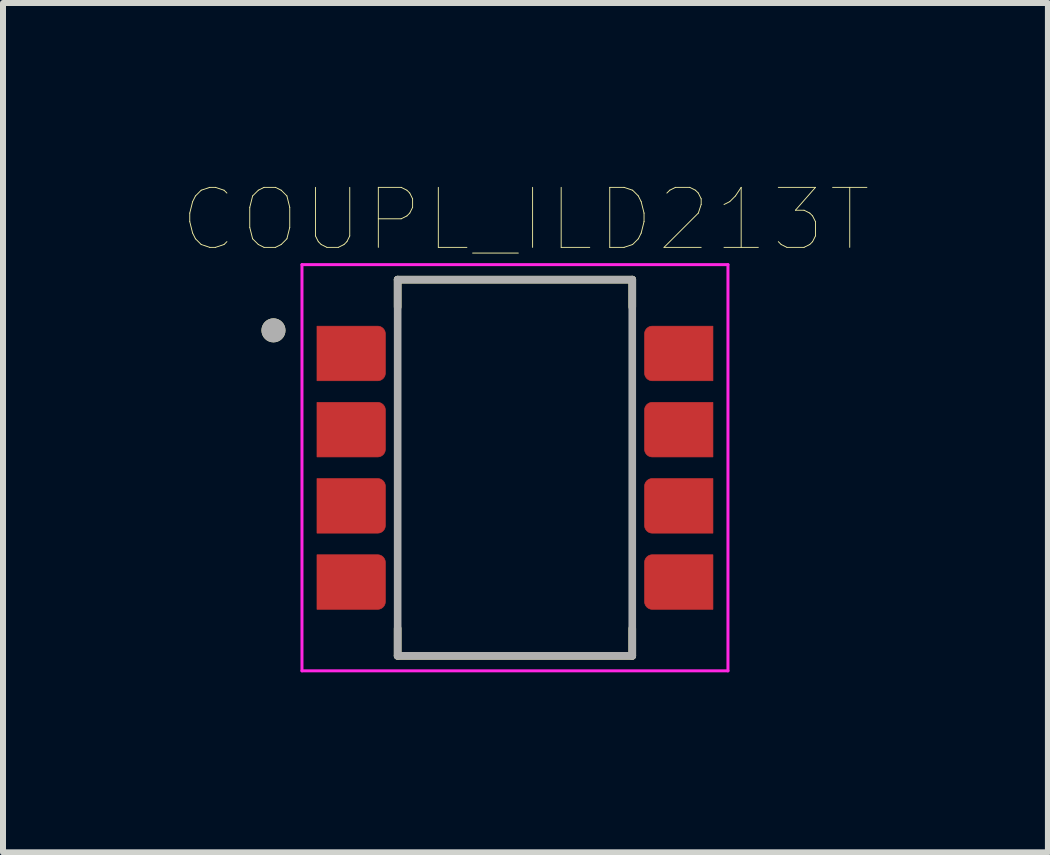
<source format=kicad_pcb>
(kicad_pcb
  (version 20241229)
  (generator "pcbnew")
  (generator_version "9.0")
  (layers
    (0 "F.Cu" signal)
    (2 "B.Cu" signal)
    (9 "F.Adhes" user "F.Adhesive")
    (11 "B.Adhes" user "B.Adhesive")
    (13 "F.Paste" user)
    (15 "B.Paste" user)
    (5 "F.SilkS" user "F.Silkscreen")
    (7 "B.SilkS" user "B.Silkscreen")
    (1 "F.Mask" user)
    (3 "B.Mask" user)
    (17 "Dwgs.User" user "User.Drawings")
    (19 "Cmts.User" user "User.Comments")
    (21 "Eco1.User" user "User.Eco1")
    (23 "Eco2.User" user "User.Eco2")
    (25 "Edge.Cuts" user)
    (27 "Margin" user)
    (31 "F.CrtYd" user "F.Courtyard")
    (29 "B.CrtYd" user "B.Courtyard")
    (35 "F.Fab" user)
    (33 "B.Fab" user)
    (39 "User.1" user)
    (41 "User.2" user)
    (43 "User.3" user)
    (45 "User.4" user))
  (footprint "COUPL_ILD213T"
    (layer "F.Cu")
    (at 5.533 4.746)
    (property "Reference" "COUPL_ILD213T" (at 0.175 -4.135 0) (layer "F.SilkS") (effects (font (size 1 1) (thickness 0.015))))
    (attr through_hole)
    (fp_poly (pts (xy -3.3 -2.36) (xy -2.29 -2.36) (xy -2.283 -2.36) (xy -2.276 -2.359) (xy -2.27 -2.358) (xy -2.263 -2.357) (xy -2.256 -2.356) (xy -2.25 -2.354) (xy -2.243 -2.351) (xy -2.237 -2.349) (xy -2.231 -2.346) (xy -2.225 -2.343) (xy -2.219 -2.339) (xy -2.214 -2.335) (xy -2.208 -2.331) (xy -2.203 -2.327) (xy -2.198 -2.322) (xy -2.193 -2.317) (xy -2.189 -2.312) (xy -2.185 -2.306) (xy -2.181 -2.301) (xy -2.177 -2.295) (xy -2.174 -2.289) (xy -2.171 -2.283) (xy -2.169 -2.277) (xy -2.166 -2.27) (xy -2.164 -2.264) (xy -2.163 -2.257) (xy -2.162 -2.25) (xy -2.161 -2.244) (xy -2.16 -2.237) (xy -2.16 -2.23) (xy -2.16 -1.58) (xy -2.16 -1.573) (xy -2.161 -1.566) (xy -2.162 -1.56) (xy -2.163 -1.553) (xy -2.164 -1.546) (xy -2.166 -1.54) (xy -2.169 -1.533) (xy -2.171 -1.527) (xy -2.174 -1.521) (xy -2.177 -1.515) (xy -2.181 -1.509) (xy -2.185 -1.504) (xy -2.189 -1.498) (xy -2.193 -1.493) (xy -2.198 -1.488) (xy -2.203 -1.483) (xy -2.208 -1.479) (xy -2.214 -1.475) (xy -2.219 -1.471) (xy -2.225 -1.467) (xy -2.231 -1.464) (xy -2.237 -1.461) (xy -2.243 -1.459) (xy -2.25 -1.456) (xy -2.256 -1.454) (xy -2.263 -1.453) (xy -2.27 -1.452) (xy -2.276 -1.451) (xy -2.283 -1.45) (xy -2.29 -1.45) (xy -3.3 -1.45) (xy -3.3 -2.36)) (stroke (width 0.01) (type solid)) (fill yes) (layer "F.Cu"))
    (fp_poly (pts (xy -3.3 -1.09) (xy -2.29 -1.09) (xy -2.283 -1.09) (xy -2.276 -1.089) (xy -2.27 -1.088) (xy -2.263 -1.087) (xy -2.256 -1.086) (xy -2.25 -1.084) (xy -2.243 -1.081) (xy -2.237 -1.079) (xy -2.231 -1.076) (xy -2.225 -1.073) (xy -2.219 -1.069) (xy -2.214 -1.065) (xy -2.208 -1.061) (xy -2.203 -1.057) (xy -2.198 -1.052) (xy -2.193 -1.047) (xy -2.189 -1.042) (xy -2.185 -1.036) (xy -2.181 -1.031) (xy -2.177 -1.025) (xy -2.174 -1.019) (xy -2.171 -1.013) (xy -2.169 -1.007) (xy -2.166 -1) (xy -2.164 -0.994) (xy -2.163 -0.987) (xy -2.162 -0.98) (xy -2.161 -0.974) (xy -2.16 -0.967) (xy -2.16 -0.96) (xy -2.16 -0.31) (xy -2.16 -0.303) (xy -2.161 -0.296) (xy -2.162 -0.29) (xy -2.163 -0.283) (xy -2.164 -0.276) (xy -2.166 -0.27) (xy -2.169 -0.263) (xy -2.171 -0.257) (xy -2.174 -0.251) (xy -2.177 -0.245) (xy -2.181 -0.239) (xy -2.185 -0.234) (xy -2.189 -0.228) (xy -2.193 -0.223) (xy -2.198 -0.218) (xy -2.203 -0.213) (xy -2.208 -0.209) (xy -2.214 -0.205) (xy -2.219 -0.201) (xy -2.225 -0.197) (xy -2.231 -0.194) (xy -2.237 -0.191) (xy -2.243 -0.189) (xy -2.25 -0.186) (xy -2.256 -0.184) (xy -2.263 -0.183) (xy -2.27 -0.182) (xy -2.276 -0.181) (xy -2.283 -0.18) (xy -2.29 -0.18) (xy -3.3 -0.18) (xy -3.3 -1.09)) (stroke (width 0.01) (type solid)) (fill yes) (layer "F.Cu"))
    (fp_poly (pts (xy -3.3 0.18) (xy -2.29 0.18) (xy -2.283 0.18) (xy -2.276 0.181) (xy -2.27 0.182) (xy -2.263 0.183) (xy -2.256 0.184) (xy -2.25 0.186) (xy -2.243 0.189) (xy -2.237 0.191) (xy -2.231 0.194) (xy -2.225 0.197) (xy -2.219 0.201) (xy -2.214 0.205) (xy -2.208 0.209) (xy -2.203 0.213) (xy -2.198 0.218) (xy -2.193 0.223) (xy -2.189 0.228) (xy -2.185 0.234) (xy -2.181 0.239) (xy -2.177 0.245) (xy -2.174 0.251) (xy -2.171 0.257) (xy -2.169 0.263) (xy -2.166 0.27) (xy -2.164 0.276) (xy -2.163 0.283) (xy -2.162 0.29) (xy -2.161 0.296) (xy -2.16 0.303) (xy -2.16 0.31) (xy -2.16 0.96) (xy -2.16 0.967) (xy -2.161 0.974) (xy -2.162 0.98) (xy -2.163 0.987) (xy -2.164 0.994) (xy -2.166 1) (xy -2.169 1.007) (xy -2.171 1.013) (xy -2.174 1.019) (xy -2.177 1.025) (xy -2.181 1.031) (xy -2.185 1.036) (xy -2.189 1.042) (xy -2.193 1.047) (xy -2.198 1.052) (xy -2.203 1.057) (xy -2.208 1.061) (xy -2.214 1.065) (xy -2.219 1.069) (xy -2.225 1.073) (xy -2.231 1.076) (xy -2.237 1.079) (xy -2.243 1.081) (xy -2.25 1.084) (xy -2.256 1.086) (xy -2.263 1.087) (xy -2.27 1.088) (xy -2.276 1.089) (xy -2.283 1.09) (xy -2.29 1.09) (xy -3.3 1.09) (xy -3.3 0.18)) (stroke (width 0.01) (type solid)) (fill yes) (layer "F.Cu"))
    (fp_poly (pts (xy -3.3 1.45) (xy -2.29 1.45) (xy -2.283 1.45) (xy -2.276 1.451) (xy -2.27 1.452) (xy -2.263 1.453) (xy -2.256 1.454) (xy -2.25 1.456) (xy -2.243 1.459) (xy -2.237 1.461) (xy -2.231 1.464) (xy -2.225 1.467) (xy -2.219 1.471) (xy -2.214 1.475) (xy -2.208 1.479) (xy -2.203 1.483) (xy -2.198 1.488) (xy -2.193 1.493) (xy -2.189 1.498) (xy -2.185 1.504) (xy -2.181 1.509) (xy -2.177 1.515) (xy -2.174 1.521) (xy -2.171 1.527) (xy -2.169 1.533) (xy -2.166 1.54) (xy -2.164 1.546) (xy -2.163 1.553) (xy -2.162 1.56) (xy -2.161 1.566) (xy -2.16 1.573) (xy -2.16 1.58) (xy -2.16 2.23) (xy -2.16 2.237) (xy -2.161 2.244) (xy -2.162 2.25) (xy -2.163 2.257) (xy -2.164 2.264) (xy -2.166 2.27) (xy -2.169 2.277) (xy -2.171 2.283) (xy -2.174 2.289) (xy -2.177 2.295) (xy -2.181 2.301) (xy -2.185 2.306) (xy -2.189 2.312) (xy -2.193 2.317) (xy -2.198 2.322) (xy -2.203 2.327) (xy -2.208 2.331) (xy -2.214 2.335) (xy -2.219 2.339) (xy -2.225 2.343) (xy -2.231 2.346) (xy -2.237 2.349) (xy -2.243 2.351) (xy -2.25 2.354) (xy -2.256 2.356) (xy -2.263 2.357) (xy -2.27 2.358) (xy -2.276 2.359) (xy -2.283 2.36) (xy -2.29 2.36) (xy -3.3 2.36) (xy -3.3 1.45)) (stroke (width 0.01) (type solid)) (fill yes) (layer "F.Cu"))
    (fp_poly (pts (xy 3.3 -1.45) (xy 2.29 -1.45) (xy 2.283 -1.45) (xy 2.276 -1.451) (xy 2.27 -1.452) (xy 2.263 -1.453) (xy 2.256 -1.454) (xy 2.25 -1.456) (xy 2.243 -1.459) (xy 2.237 -1.461) (xy 2.231 -1.464) (xy 2.225 -1.467) (xy 2.219 -1.471) (xy 2.214 -1.475) (xy 2.208 -1.479) (xy 2.203 -1.483) (xy 2.198 -1.488) (xy 2.193 -1.493) (xy 2.189 -1.498) (xy 2.185 -1.504) (xy 2.181 -1.509) (xy 2.177 -1.515) (xy 2.174 -1.521) (xy 2.171 -1.527) (xy 2.169 -1.533) (xy 2.166 -1.54) (xy 2.164 -1.546) (xy 2.163 -1.553) (xy 2.162 -1.56) (xy 2.161 -1.566) (xy 2.16 -1.573) (xy 2.16 -1.58) (xy 2.16 -2.23) (xy 2.16 -2.237) (xy 2.161 -2.244) (xy 2.162 -2.25) (xy 2.163 -2.257) (xy 2.164 -2.264) (xy 2.166 -2.27) (xy 2.169 -2.277) (xy 2.171 -2.283) (xy 2.174 -2.289) (xy 2.177 -2.295) (xy 2.181 -2.301) (xy 2.185 -2.306) (xy 2.189 -2.312) (xy 2.193 -2.317) (xy 2.198 -2.322) (xy 2.203 -2.327) (xy 2.208 -2.331) (xy 2.214 -2.335) (xy 2.219 -2.339) (xy 2.225 -2.343) (xy 2.231 -2.346) (xy 2.237 -2.349) (xy 2.243 -2.351) (xy 2.25 -2.354) (xy 2.256 -2.356) (xy 2.263 -2.357) (xy 2.27 -2.358) (xy 2.276 -2.359) (xy 2.283 -2.36) (xy 2.29 -2.36) (xy 3.3 -2.36) (xy 3.3 -1.45)) (stroke (width 0.01) (type solid)) (fill yes) (layer "F.Cu"))
    (fp_poly (pts (xy 3.3 -0.18) (xy 2.29 -0.18) (xy 2.283 -0.18) (xy 2.276 -0.181) (xy 2.27 -0.182) (xy 2.263 -0.183) (xy 2.256 -0.184) (xy 2.25 -0.186) (xy 2.243 -0.189) (xy 2.237 -0.191) (xy 2.231 -0.194) (xy 2.225 -0.197) (xy 2.219 -0.201) (xy 2.214 -0.205) (xy 2.208 -0.209) (xy 2.203 -0.213) (xy 2.198 -0.218) (xy 2.193 -0.223) (xy 2.189 -0.228) (xy 2.185 -0.234) (xy 2.181 -0.239) (xy 2.177 -0.245) (xy 2.174 -0.251) (xy 2.171 -0.257) (xy 2.169 -0.263) (xy 2.166 -0.27) (xy 2.164 -0.276) (xy 2.163 -0.283) (xy 2.162 -0.29) (xy 2.161 -0.296) (xy 2.16 -0.303) (xy 2.16 -0.31) (xy 2.16 -0.96) (xy 2.16 -0.967) (xy 2.161 -0.974) (xy 2.162 -0.98) (xy 2.163 -0.987) (xy 2.164 -0.994) (xy 2.166 -1) (xy 2.169 -1.007) (xy 2.171 -1.013) (xy 2.174 -1.019) (xy 2.177 -1.025) (xy 2.181 -1.031) (xy 2.185 -1.036) (xy 2.189 -1.042) (xy 2.193 -1.047) (xy 2.198 -1.052) (xy 2.203 -1.057) (xy 2.208 -1.061) (xy 2.214 -1.065) (xy 2.219 -1.069) (xy 2.225 -1.073) (xy 2.231 -1.076) (xy 2.237 -1.079) (xy 2.243 -1.081) (xy 2.25 -1.084) (xy 2.256 -1.086) (xy 2.263 -1.087) (xy 2.27 -1.088) (xy 2.276 -1.089) (xy 2.283 -1.09) (xy 2.29 -1.09) (xy 3.3 -1.09) (xy 3.3 -0.18)) (stroke (width 0.01) (type solid)) (fill yes) (layer "F.Cu"))
    (fp_poly (pts (xy 3.3 1.09) (xy 2.29 1.09) (xy 2.283 1.09) (xy 2.276 1.089) (xy 2.27 1.088) (xy 2.263 1.087) (xy 2.256 1.086) (xy 2.25 1.084) (xy 2.243 1.081) (xy 2.237 1.079) (xy 2.231 1.076) (xy 2.225 1.073) (xy 2.219 1.069) (xy 2.214 1.065) (xy 2.208 1.061) (xy 2.203 1.057) (xy 2.198 1.052) (xy 2.193 1.047) (xy 2.189 1.042) (xy 2.185 1.036) (xy 2.181 1.031) (xy 2.177 1.025) (xy 2.174 1.019) (xy 2.171 1.013) (xy 2.169 1.007) (xy 2.166 1) (xy 2.164 0.994) (xy 2.163 0.987) (xy 2.162 0.98) (xy 2.161 0.974) (xy 2.16 0.967) (xy 2.16 0.96) (xy 2.16 0.31) (xy 2.16 0.303) (xy 2.161 0.296) (xy 2.162 0.29) (xy 2.163 0.283) (xy 2.164 0.276) (xy 2.166 0.27) (xy 2.169 0.263) (xy 2.171 0.257) (xy 2.174 0.251) (xy 2.177 0.245) (xy 2.181 0.239) (xy 2.185 0.234) (xy 2.189 0.228) (xy 2.193 0.223) (xy 2.198 0.218) (xy 2.203 0.213) (xy 2.208 0.209) (xy 2.214 0.205) (xy 2.219 0.201) (xy 2.225 0.197) (xy 2.231 0.194) (xy 2.237 0.191) (xy 2.243 0.189) (xy 2.25 0.186) (xy 2.256 0.184) (xy 2.263 0.183) (xy 2.27 0.182) (xy 2.276 0.181) (xy 2.283 0.18) (xy 2.29 0.18) (xy 3.3 0.18) (xy 3.3 1.09)) (stroke (width 0.01) (type solid)) (fill yes) (layer "F.Cu"))
    (fp_poly (pts (xy 3.3 2.36) (xy 2.29 2.36) (xy 2.283 2.36) (xy 2.276 2.359) (xy 2.27 2.358) (xy 2.263 2.357) (xy 2.256 2.356) (xy 2.25 2.354) (xy 2.243 2.351) (xy 2.237 2.349) (xy 2.231 2.346) (xy 2.225 2.343) (xy 2.219 2.339) (xy 2.214 2.335) (xy 2.208 2.331) (xy 2.203 2.327) (xy 2.198 2.322) (xy 2.193 2.317) (xy 2.189 2.312) (xy 2.185 2.306) (xy 2.181 2.301) (xy 2.177 2.295) (xy 2.174 2.289) (xy 2.171 2.283) (xy 2.169 2.277) (xy 2.166 2.27) (xy 2.164 2.264) (xy 2.163 2.257) (xy 2.162 2.25) (xy 2.161 2.244) (xy 2.16 2.237) (xy 2.16 2.23) (xy 2.16 1.58) (xy 2.16 1.573) (xy 2.161 1.566) (xy 2.162 1.56) (xy 2.163 1.553) (xy 2.164 1.546) (xy 2.166 1.54) (xy 2.169 1.533) (xy 2.171 1.527) (xy 2.174 1.521) (xy 2.177 1.515) (xy 2.181 1.509) (xy 2.185 1.504) (xy 2.189 1.498) (xy 2.193 1.493) (xy 2.198 1.488) (xy 2.203 1.483) (xy 2.208 1.479) (xy 2.214 1.475) (xy 2.219 1.471) (xy 2.225 1.467) (xy 2.231 1.464) (xy 2.237 1.461) (xy 2.243 1.459) (xy 2.25 1.456) (xy 2.256 1.454) (xy 2.263 1.453) (xy 2.27 1.452) (xy 2.276 1.451) (xy 2.283 1.45) (xy 2.29 1.45) (xy 3.3 1.45) (xy 3.3 2.36)) (stroke (width 0.01) (type solid)) (fill yes) (layer "F.Cu"))
    (fp_poly (pts (xy -3.4 -2.46) (xy -2.29 -2.46) (xy -2.278 -2.46) (xy -2.266 -2.459) (xy -2.254 -2.457) (xy -2.242 -2.455) (xy -2.23 -2.452) (xy -2.219 -2.449) (xy -2.208 -2.445) (xy -2.196 -2.44) (xy -2.186 -2.435) (xy -2.175 -2.429) (xy -2.165 -2.423) (xy -2.155 -2.416) (xy -2.145 -2.409) (xy -2.136 -2.401) (xy -2.127 -2.393) (xy -2.119 -2.384) (xy -2.111 -2.375) (xy -2.104 -2.365) (xy -2.097 -2.355) (xy -2.091 -2.345) (xy -2.085 -2.334) (xy -2.08 -2.324) (xy -2.075 -2.312) (xy -2.071 -2.301) (xy -2.068 -2.29) (xy -2.065 -2.278) (xy -2.063 -2.266) (xy -2.061 -2.254) (xy -2.06 -2.242) (xy -2.06 -2.23) (xy -2.06 -1.58) (xy -2.06 -1.568) (xy -2.061 -1.556) (xy -2.063 -1.544) (xy -2.065 -1.532) (xy -2.068 -1.52) (xy -2.071 -1.509) (xy -2.075 -1.498) (xy -2.08 -1.486) (xy -2.085 -1.476) (xy -2.091 -1.465) (xy -2.097 -1.455) (xy -2.104 -1.445) (xy -2.111 -1.435) (xy -2.119 -1.426) (xy -2.127 -1.417) (xy -2.136 -1.409) (xy -2.145 -1.401) (xy -2.155 -1.394) (xy -2.165 -1.387) (xy -2.175 -1.381) (xy -2.186 -1.375) (xy -2.196 -1.37) (xy -2.208 -1.365) (xy -2.219 -1.361) (xy -2.23 -1.358) (xy -2.242 -1.355) (xy -2.254 -1.353) (xy -2.266 -1.351) (xy -2.278 -1.35) (xy -2.29 -1.35) (xy -3.4 -1.35) (xy -3.4 -2.46)) (stroke (width 0.01) (type solid)) (fill yes) (layer "F.Mask"))
    (fp_poly (pts (xy -3.4 -1.19) (xy -2.29 -1.19) (xy -2.278 -1.19) (xy -2.266 -1.189) (xy -2.254 -1.187) (xy -2.242 -1.185) (xy -2.23 -1.182) (xy -2.219 -1.179) (xy -2.208 -1.175) (xy -2.196 -1.17) (xy -2.186 -1.165) (xy -2.175 -1.159) (xy -2.165 -1.153) (xy -2.155 -1.146) (xy -2.145 -1.139) (xy -2.136 -1.131) (xy -2.127 -1.123) (xy -2.119 -1.114) (xy -2.111 -1.105) (xy -2.104 -1.095) (xy -2.097 -1.085) (xy -2.091 -1.075) (xy -2.085 -1.064) (xy -2.08 -1.054) (xy -2.075 -1.042) (xy -2.071 -1.031) (xy -2.068 -1.02) (xy -2.065 -1.008) (xy -2.063 -0.996) (xy -2.061 -0.984) (xy -2.06 -0.972) (xy -2.06 -0.96) (xy -2.06 -0.31) (xy -2.06 -0.298) (xy -2.061 -0.286) (xy -2.063 -0.274) (xy -2.065 -0.262) (xy -2.068 -0.25) (xy -2.071 -0.239) (xy -2.075 -0.228) (xy -2.08 -0.216) (xy -2.085 -0.206) (xy -2.091 -0.195) (xy -2.097 -0.185) (xy -2.104 -0.175) (xy -2.111 -0.165) (xy -2.119 -0.156) (xy -2.127 -0.147) (xy -2.136 -0.139) (xy -2.145 -0.131) (xy -2.155 -0.124) (xy -2.165 -0.117) (xy -2.175 -0.111) (xy -2.186 -0.105) (xy -2.196 -0.1) (xy -2.208 -0.095) (xy -2.219 -0.091) (xy -2.23 -0.088) (xy -2.242 -0.085) (xy -2.254 -0.083) (xy -2.266 -0.081) (xy -2.278 -0.08) (xy -2.29 -0.08) (xy -3.4 -0.08) (xy -3.4 -1.19)) (stroke (width 0.01) (type solid)) (fill yes) (layer "F.Mask"))
    (fp_poly (pts (xy -3.4 0.08) (xy -2.29 0.08) (xy -2.278 0.08) (xy -2.266 0.081) (xy -2.254 0.083) (xy -2.242 0.085) (xy -2.23 0.088) (xy -2.219 0.091) (xy -2.208 0.095) (xy -2.196 0.1) (xy -2.186 0.105) (xy -2.175 0.111) (xy -2.165 0.117) (xy -2.155 0.124) (xy -2.145 0.131) (xy -2.136 0.139) (xy -2.127 0.147) (xy -2.119 0.156) (xy -2.111 0.165) (xy -2.104 0.175) (xy -2.097 0.185) (xy -2.091 0.195) (xy -2.085 0.206) (xy -2.08 0.216) (xy -2.075 0.228) (xy -2.071 0.239) (xy -2.068 0.25) (xy -2.065 0.262) (xy -2.063 0.274) (xy -2.061 0.286) (xy -2.06 0.298) (xy -2.06 0.31) (xy -2.06 0.96) (xy -2.06 0.972) (xy -2.061 0.984) (xy -2.063 0.996) (xy -2.065 1.008) (xy -2.068 1.02) (xy -2.071 1.031) (xy -2.075 1.042) (xy -2.08 1.054) (xy -2.085 1.064) (xy -2.091 1.075) (xy -2.097 1.085) (xy -2.104 1.095) (xy -2.111 1.105) (xy -2.119 1.114) (xy -2.127 1.123) (xy -2.136 1.131) (xy -2.145 1.139) (xy -2.155 1.146) (xy -2.165 1.153) (xy -2.175 1.159) (xy -2.186 1.165) (xy -2.196 1.17) (xy -2.208 1.175) (xy -2.219 1.179) (xy -2.23 1.182) (xy -2.242 1.185) (xy -2.254 1.187) (xy -2.266 1.189) (xy -2.278 1.19) (xy -2.29 1.19) (xy -3.4 1.19) (xy -3.4 0.08)) (stroke (width 0.01) (type solid)) (fill yes) (layer "F.Mask"))
    (fp_poly (pts (xy -3.4 1.35) (xy -2.29 1.35) (xy -2.278 1.35) (xy -2.266 1.351) (xy -2.254 1.353) (xy -2.242 1.355) (xy -2.23 1.358) (xy -2.219 1.361) (xy -2.208 1.365) (xy -2.196 1.37) (xy -2.186 1.375) (xy -2.175 1.381) (xy -2.165 1.387) (xy -2.155 1.394) (xy -2.145 1.401) (xy -2.136 1.409) (xy -2.127 1.417) (xy -2.119 1.426) (xy -2.111 1.435) (xy -2.104 1.445) (xy -2.097 1.455) (xy -2.091 1.465) (xy -2.085 1.476) (xy -2.08 1.486) (xy -2.075 1.498) (xy -2.071 1.509) (xy -2.068 1.52) (xy -2.065 1.532) (xy -2.063 1.544) (xy -2.061 1.556) (xy -2.06 1.568) (xy -2.06 1.58) (xy -2.06 2.23) (xy -2.06 2.242) (xy -2.061 2.254) (xy -2.063 2.266) (xy -2.065 2.278) (xy -2.068 2.29) (xy -2.071 2.301) (xy -2.075 2.312) (xy -2.08 2.324) (xy -2.085 2.334) (xy -2.091 2.345) (xy -2.097 2.355) (xy -2.104 2.365) (xy -2.111 2.375) (xy -2.119 2.384) (xy -2.127 2.393) (xy -2.136 2.401) (xy -2.145 2.409) (xy -2.155 2.416) (xy -2.165 2.423) (xy -2.175 2.429) (xy -2.186 2.435) (xy -2.196 2.44) (xy -2.208 2.445) (xy -2.219 2.449) (xy -2.23 2.452) (xy -2.242 2.455) (xy -2.254 2.457) (xy -2.266 2.459) (xy -2.278 2.46) (xy -2.29 2.46) (xy -3.4 2.46) (xy -3.4 1.35)) (stroke (width 0.01) (type solid)) (fill yes) (layer "F.Mask"))
    (fp_poly (pts (xy 3.4 -1.35) (xy 2.29 -1.35) (xy 2.278 -1.35) (xy 2.266 -1.351) (xy 2.254 -1.353) (xy 2.242 -1.355) (xy 2.23 -1.358) (xy 2.219 -1.361) (xy 2.208 -1.365) (xy 2.196 -1.37) (xy 2.186 -1.375) (xy 2.175 -1.381) (xy 2.165 -1.387) (xy 2.155 -1.394) (xy 2.145 -1.401) (xy 2.136 -1.409) (xy 2.127 -1.417) (xy 2.119 -1.426) (xy 2.111 -1.435) (xy 2.104 -1.445) (xy 2.097 -1.455) (xy 2.091 -1.465) (xy 2.085 -1.476) (xy 2.08 -1.486) (xy 2.075 -1.498) (xy 2.071 -1.509) (xy 2.068 -1.52) (xy 2.065 -1.532) (xy 2.063 -1.544) (xy 2.061 -1.556) (xy 2.06 -1.568) (xy 2.06 -1.58) (xy 2.06 -2.23) (xy 2.06 -2.242) (xy 2.061 -2.254) (xy 2.063 -2.266) (xy 2.065 -2.278) (xy 2.068 -2.29) (xy 2.071 -2.301) (xy 2.075 -2.312) (xy 2.08 -2.324) (xy 2.085 -2.334) (xy 2.091 -2.345) (xy 2.097 -2.355) (xy 2.104 -2.365) (xy 2.111 -2.375) (xy 2.119 -2.384) (xy 2.127 -2.393) (xy 2.136 -2.401) (xy 2.145 -2.409) (xy 2.155 -2.416) (xy 2.165 -2.423) (xy 2.175 -2.429) (xy 2.186 -2.435) (xy 2.196 -2.44) (xy 2.208 -2.445) (xy 2.219 -2.449) (xy 2.23 -2.452) (xy 2.242 -2.455) (xy 2.254 -2.457) (xy 2.266 -2.459) (xy 2.278 -2.46) (xy 2.29 -2.46) (xy 3.4 -2.46) (xy 3.4 -1.35)) (stroke (width 0.01) (type solid)) (fill yes) (layer "F.Mask"))
    (fp_poly (pts (xy 3.4 -0.08) (xy 2.29 -0.08) (xy 2.278 -0.08) (xy 2.266 -0.081) (xy 2.254 -0.083) (xy 2.242 -0.085) (xy 2.23 -0.088) (xy 2.219 -0.091) (xy 2.208 -0.095) (xy 2.196 -0.1) (xy 2.186 -0.105) (xy 2.175 -0.111) (xy 2.165 -0.117) (xy 2.155 -0.124) (xy 2.145 -0.131) (xy 2.136 -0.139) (xy 2.127 -0.147) (xy 2.119 -0.156) (xy 2.111 -0.165) (xy 2.104 -0.175) (xy 2.097 -0.185) (xy 2.091 -0.195) (xy 2.085 -0.206) (xy 2.08 -0.216) (xy 2.075 -0.228) (xy 2.071 -0.239) (xy 2.068 -0.25) (xy 2.065 -0.262) (xy 2.063 -0.274) (xy 2.061 -0.286) (xy 2.06 -0.298) (xy 2.06 -0.31) (xy 2.06 -0.96) (xy 2.06 -0.972) (xy 2.061 -0.984) (xy 2.063 -0.996) (xy 2.065 -1.008) (xy 2.068 -1.02) (xy 2.071 -1.031) (xy 2.075 -1.042) (xy 2.08 -1.054) (xy 2.085 -1.064) (xy 2.091 -1.075) (xy 2.097 -1.085) (xy 2.104 -1.095) (xy 2.111 -1.105) (xy 2.119 -1.114) (xy 2.127 -1.123) (xy 2.136 -1.131) (xy 2.145 -1.139) (xy 2.155 -1.146) (xy 2.165 -1.153) (xy 2.175 -1.159) (xy 2.186 -1.165) (xy 2.196 -1.17) (xy 2.208 -1.175) (xy 2.219 -1.179) (xy 2.23 -1.182) (xy 2.242 -1.185) (xy 2.254 -1.187) (xy 2.266 -1.189) (xy 2.278 -1.19) (xy 2.29 -1.19) (xy 3.4 -1.19) (xy 3.4 -0.08)) (stroke (width 0.01) (type solid)) (fill yes) (layer "F.Mask"))
    (fp_poly (pts (xy 3.4 1.19) (xy 2.29 1.19) (xy 2.278 1.19) (xy 2.266 1.189) (xy 2.254 1.187) (xy 2.242 1.185) (xy 2.23 1.182) (xy 2.219 1.179) (xy 2.208 1.175) (xy 2.196 1.17) (xy 2.186 1.165) (xy 2.175 1.159) (xy 2.165 1.153) (xy 2.155 1.146) (xy 2.145 1.139) (xy 2.136 1.131) (xy 2.127 1.123) (xy 2.119 1.114) (xy 2.111 1.105) (xy 2.104 1.095) (xy 2.097 1.085) (xy 2.091 1.075) (xy 2.085 1.064) (xy 2.08 1.054) (xy 2.075 1.042) (xy 2.071 1.031) (xy 2.068 1.02) (xy 2.065 1.008) (xy 2.063 0.996) (xy 2.061 0.984) (xy 2.06 0.972) (xy 2.06 0.96) (xy 2.06 0.31) (xy 2.06 0.298) (xy 2.061 0.286) (xy 2.063 0.274) (xy 2.065 0.262) (xy 2.068 0.25) (xy 2.071 0.239) (xy 2.075 0.228) (xy 2.08 0.216) (xy 2.085 0.206) (xy 2.091 0.195) (xy 2.097 0.185) (xy 2.104 0.175) (xy 2.111 0.165) (xy 2.119 0.156) (xy 2.127 0.147) (xy 2.136 0.139) (xy 2.145 0.131) (xy 2.155 0.124) (xy 2.165 0.117) (xy 2.175 0.111) (xy 2.186 0.105) (xy 2.196 0.1) (xy 2.208 0.095) (xy 2.219 0.091) (xy 2.23 0.088) (xy 2.242 0.085) (xy 2.254 0.083) (xy 2.266 0.081) (xy 2.278 0.08) (xy 2.29 0.08) (xy 3.4 0.08) (xy 3.4 1.19)) (stroke (width 0.01) (type solid)) (fill yes) (layer "F.Mask"))
    (fp_poly (pts (xy 3.4 2.46) (xy 2.29 2.46) (xy 2.278 2.46) (xy 2.266 2.459) (xy 2.254 2.457) (xy 2.242 2.455) (xy 2.23 2.452) (xy 2.219 2.449) (xy 2.208 2.445) (xy 2.196 2.44) (xy 2.186 2.435) (xy 2.175 2.429) (xy 2.165 2.423) (xy 2.155 2.416) (xy 2.145 2.409) (xy 2.136 2.401) (xy 2.127 2.393) (xy 2.119 2.384) (xy 2.111 2.375) (xy 2.104 2.365) (xy 2.097 2.355) (xy 2.091 2.345) (xy 2.085 2.334) (xy 2.08 2.324) (xy 2.075 2.312) (xy 2.071 2.301) (xy 2.068 2.29) (xy 2.065 2.278) (xy 2.063 2.266) (xy 2.061 2.254) (xy 2.06 2.242) (xy 2.06 2.23) (xy 2.06 1.58) (xy 2.06 1.568) (xy 2.061 1.556) (xy 2.063 1.544) (xy 2.065 1.532) (xy 2.068 1.52) (xy 2.071 1.509) (xy 2.075 1.498) (xy 2.08 1.486) (xy 2.085 1.476) (xy 2.091 1.465) (xy 2.097 1.455) (xy 2.104 1.445) (xy 2.111 1.435) (xy 2.119 1.426) (xy 2.127 1.417) (xy 2.136 1.409) (xy 2.145 1.401) (xy 2.155 1.394) (xy 2.165 1.387) (xy 2.175 1.381) (xy 2.186 1.375) (xy 2.196 1.37) (xy 2.208 1.365) (xy 2.219 1.361) (xy 2.23 1.358) (xy 2.242 1.355) (xy 2.254 1.353) (xy 2.266 1.351) (xy 2.278 1.35) (xy 2.29 1.35) (xy 3.4 1.35) (xy 3.4 2.46)) (stroke (width 0.01) (type solid)) (fill yes) (layer "F.Mask"))
    (fp_line (start -1.955 -3.135) (end -1.955 -2.68) (stroke (width 0.127) (type solid)) (layer "F.SilkS"))
    (fp_line (start -1.955 -3.135) (end 1.955 -3.135) (stroke (width 0.127) (type solid)) (layer "F.SilkS"))
    (fp_line (start -1.955 3.135) (end -1.955 2.68) (stroke (width 0.127) (type solid)) (layer "F.SilkS"))
    (fp_line (start 1.955 -3.135) (end 1.955 -2.68) (stroke (width 0.127) (type solid)) (layer "F.SilkS"))
    (fp_line (start 1.955 3.135) (end -1.955 3.135) (stroke (width 0.127) (type solid)) (layer "F.SilkS"))
    (fp_line (start 1.955 3.135) (end 1.955 2.68) (stroke (width 0.127) (type solid)) (layer "F.SilkS"))
    (fp_circle (center -4.025 -2.29) (end -3.925 -2.29) (stroke (width 0.2) (type solid)) (fill no) (layer "F.SilkS"))
    (fp_poly (pts (xy -3.3 -2.36) (xy -2.29 -2.36) (xy -2.283 -2.36) (xy -2.276 -2.359) (xy -2.27 -2.358) (xy -2.263 -2.357) (xy -2.256 -2.356) (xy -2.25 -2.354) (xy -2.243 -2.351) (xy -2.237 -2.349) (xy -2.231 -2.346) (xy -2.225 -2.343) (xy -2.219 -2.339) (xy -2.214 -2.335) (xy -2.208 -2.331) (xy -2.203 -2.327) (xy -2.198 -2.322) (xy -2.193 -2.317) (xy -2.189 -2.312) (xy -2.185 -2.306) (xy -2.181 -2.301) (xy -2.177 -2.295) (xy -2.174 -2.289) (xy -2.171 -2.283) (xy -2.169 -2.277) (xy -2.166 -2.27) (xy -2.164 -2.264) (xy -2.163 -2.257) (xy -2.162 -2.25) (xy -2.161 -2.244) (xy -2.16 -2.237) (xy -2.16 -2.23) (xy -2.16 -1.58) (xy -2.16 -1.573) (xy -2.161 -1.566) (xy -2.162 -1.56) (xy -2.163 -1.553) (xy -2.164 -1.546) (xy -2.166 -1.54) (xy -2.169 -1.533) (xy -2.171 -1.527) (xy -2.174 -1.521) (xy -2.177 -1.515) (xy -2.181 -1.509) (xy -2.185 -1.504) (xy -2.189 -1.498) (xy -2.193 -1.493) (xy -2.198 -1.488) (xy -2.203 -1.483) (xy -2.208 -1.479) (xy -2.214 -1.475) (xy -2.219 -1.471) (xy -2.225 -1.467) (xy -2.231 -1.464) (xy -2.237 -1.461) (xy -2.243 -1.459) (xy -2.25 -1.456) (xy -2.256 -1.454) (xy -2.263 -1.453) (xy -2.27 -1.452) (xy -2.276 -1.451) (xy -2.283 -1.45) (xy -2.29 -1.45) (xy -3.3 -1.45) (xy -3.3 -2.36)) (stroke (width 0.01) (type solid)) (fill yes) (layer "F.Paste"))
    (fp_poly (pts (xy -3.3 -1.09) (xy -2.29 -1.09) (xy -2.283 -1.09) (xy -2.276 -1.089) (xy -2.27 -1.088) (xy -2.263 -1.087) (xy -2.256 -1.086) (xy -2.25 -1.084) (xy -2.243 -1.081) (xy -2.237 -1.079) (xy -2.231 -1.076) (xy -2.225 -1.073) (xy -2.219 -1.069) (xy -2.214 -1.065) (xy -2.208 -1.061) (xy -2.203 -1.057) (xy -2.198 -1.052) (xy -2.193 -1.047) (xy -2.189 -1.042) (xy -2.185 -1.036) (xy -2.181 -1.031) (xy -2.177 -1.025) (xy -2.174 -1.019) (xy -2.171 -1.013) (xy -2.169 -1.007) (xy -2.166 -1) (xy -2.164 -0.994) (xy -2.163 -0.987) (xy -2.162 -0.98) (xy -2.161 -0.974) (xy -2.16 -0.967) (xy -2.16 -0.96) (xy -2.16 -0.31) (xy -2.16 -0.303) (xy -2.161 -0.296) (xy -2.162 -0.29) (xy -2.163 -0.283) (xy -2.164 -0.276) (xy -2.166 -0.27) (xy -2.169 -0.263) (xy -2.171 -0.257) (xy -2.174 -0.251) (xy -2.177 -0.245) (xy -2.181 -0.239) (xy -2.185 -0.234) (xy -2.189 -0.228) (xy -2.193 -0.223) (xy -2.198 -0.218) (xy -2.203 -0.213) (xy -2.208 -0.209) (xy -2.214 -0.205) (xy -2.219 -0.201) (xy -2.225 -0.197) (xy -2.231 -0.194) (xy -2.237 -0.191) (xy -2.243 -0.189) (xy -2.25 -0.186) (xy -2.256 -0.184) (xy -2.263 -0.183) (xy -2.27 -0.182) (xy -2.276 -0.181) (xy -2.283 -0.18) (xy -2.29 -0.18) (xy -3.3 -0.18) (xy -3.3 -1.09)) (stroke (width 0.01) (type solid)) (fill yes) (layer "F.Paste"))
    (fp_poly (pts (xy -3.3 0.18) (xy -2.29 0.18) (xy -2.283 0.18) (xy -2.276 0.181) (xy -2.27 0.182) (xy -2.263 0.183) (xy -2.256 0.184) (xy -2.25 0.186) (xy -2.243 0.189) (xy -2.237 0.191) (xy -2.231 0.194) (xy -2.225 0.197) (xy -2.219 0.201) (xy -2.214 0.205) (xy -2.208 0.209) (xy -2.203 0.213) (xy -2.198 0.218) (xy -2.193 0.223) (xy -2.189 0.228) (xy -2.185 0.234) (xy -2.181 0.239) (xy -2.177 0.245) (xy -2.174 0.251) (xy -2.171 0.257) (xy -2.169 0.263) (xy -2.166 0.27) (xy -2.164 0.276) (xy -2.163 0.283) (xy -2.162 0.29) (xy -2.161 0.296) (xy -2.16 0.303) (xy -2.16 0.31) (xy -2.16 0.96) (xy -2.16 0.967) (xy -2.161 0.974) (xy -2.162 0.98) (xy -2.163 0.987) (xy -2.164 0.994) (xy -2.166 1) (xy -2.169 1.007) (xy -2.171 1.013) (xy -2.174 1.019) (xy -2.177 1.025) (xy -2.181 1.031) (xy -2.185 1.036) (xy -2.189 1.042) (xy -2.193 1.047) (xy -2.198 1.052) (xy -2.203 1.057) (xy -2.208 1.061) (xy -2.214 1.065) (xy -2.219 1.069) (xy -2.225 1.073) (xy -2.231 1.076) (xy -2.237 1.079) (xy -2.243 1.081) (xy -2.25 1.084) (xy -2.256 1.086) (xy -2.263 1.087) (xy -2.27 1.088) (xy -2.276 1.089) (xy -2.283 1.09) (xy -2.29 1.09) (xy -3.3 1.09) (xy -3.3 0.18)) (stroke (width 0.01) (type solid)) (fill yes) (layer "F.Paste"))
    (fp_poly (pts (xy -3.3 1.45) (xy -2.29 1.45) (xy -2.283 1.45) (xy -2.276 1.451) (xy -2.27 1.452) (xy -2.263 1.453) (xy -2.256 1.454) (xy -2.25 1.456) (xy -2.243 1.459) (xy -2.237 1.461) (xy -2.231 1.464) (xy -2.225 1.467) (xy -2.219 1.471) (xy -2.214 1.475) (xy -2.208 1.479) (xy -2.203 1.483) (xy -2.198 1.488) (xy -2.193 1.493) (xy -2.189 1.498) (xy -2.185 1.504) (xy -2.181 1.509) (xy -2.177 1.515) (xy -2.174 1.521) (xy -2.171 1.527) (xy -2.169 1.533) (xy -2.166 1.54) (xy -2.164 1.546) (xy -2.163 1.553) (xy -2.162 1.56) (xy -2.161 1.566) (xy -2.16 1.573) (xy -2.16 1.58) (xy -2.16 2.23) (xy -2.16 2.237) (xy -2.161 2.244) (xy -2.162 2.25) (xy -2.163 2.257) (xy -2.164 2.264) (xy -2.166 2.27) (xy -2.169 2.277) (xy -2.171 2.283) (xy -2.174 2.289) (xy -2.177 2.295) (xy -2.181 2.301) (xy -2.185 2.306) (xy -2.189 2.312) (xy -2.193 2.317) (xy -2.198 2.322) (xy -2.203 2.327) (xy -2.208 2.331) (xy -2.214 2.335) (xy -2.219 2.339) (xy -2.225 2.343) (xy -2.231 2.346) (xy -2.237 2.349) (xy -2.243 2.351) (xy -2.25 2.354) (xy -2.256 2.356) (xy -2.263 2.357) (xy -2.27 2.358) (xy -2.276 2.359) (xy -2.283 2.36) (xy -2.29 2.36) (xy -3.3 2.36) (xy -3.3 1.45)) (stroke (width 0.01) (type solid)) (fill yes) (layer "F.Paste"))
    (fp_poly (pts (xy 3.3 -1.45) (xy 2.29 -1.45) (xy 2.283 -1.45) (xy 2.276 -1.451) (xy 2.27 -1.452) (xy 2.263 -1.453) (xy 2.256 -1.454) (xy 2.25 -1.456) (xy 2.243 -1.459) (xy 2.237 -1.461) (xy 2.231 -1.464) (xy 2.225 -1.467) (xy 2.219 -1.471) (xy 2.214 -1.475) (xy 2.208 -1.479) (xy 2.203 -1.483) (xy 2.198 -1.488) (xy 2.193 -1.493) (xy 2.189 -1.498) (xy 2.185 -1.504) (xy 2.181 -1.509) (xy 2.177 -1.515) (xy 2.174 -1.521) (xy 2.171 -1.527) (xy 2.169 -1.533) (xy 2.166 -1.54) (xy 2.164 -1.546) (xy 2.163 -1.553) (xy 2.162 -1.56) (xy 2.161 -1.566) (xy 2.16 -1.573) (xy 2.16 -1.58) (xy 2.16 -2.23) (xy 2.16 -2.237) (xy 2.161 -2.244) (xy 2.162 -2.25) (xy 2.163 -2.257) (xy 2.164 -2.264) (xy 2.166 -2.27) (xy 2.169 -2.277) (xy 2.171 -2.283) (xy 2.174 -2.289) (xy 2.177 -2.295) (xy 2.181 -2.301) (xy 2.185 -2.306) (xy 2.189 -2.312) (xy 2.193 -2.317) (xy 2.198 -2.322) (xy 2.203 -2.327) (xy 2.208 -2.331) (xy 2.214 -2.335) (xy 2.219 -2.339) (xy 2.225 -2.343) (xy 2.231 -2.346) (xy 2.237 -2.349) (xy 2.243 -2.351) (xy 2.25 -2.354) (xy 2.256 -2.356) (xy 2.263 -2.357) (xy 2.27 -2.358) (xy 2.276 -2.359) (xy 2.283 -2.36) (xy 2.29 -2.36) (xy 3.3 -2.36) (xy 3.3 -1.45)) (stroke (width 0.01) (type solid)) (fill yes) (layer "F.Paste"))
    (fp_poly (pts (xy 3.3 -0.18) (xy 2.29 -0.18) (xy 2.283 -0.18) (xy 2.276 -0.181) (xy 2.27 -0.182) (xy 2.263 -0.183) (xy 2.256 -0.184) (xy 2.25 -0.186) (xy 2.243 -0.189) (xy 2.237 -0.191) (xy 2.231 -0.194) (xy 2.225 -0.197) (xy 2.219 -0.201) (xy 2.214 -0.205) (xy 2.208 -0.209) (xy 2.203 -0.213) (xy 2.198 -0.218) (xy 2.193 -0.223) (xy 2.189 -0.228) (xy 2.185 -0.234) (xy 2.181 -0.239) (xy 2.177 -0.245) (xy 2.174 -0.251) (xy 2.171 -0.257) (xy 2.169 -0.263) (xy 2.166 -0.27) (xy 2.164 -0.276) (xy 2.163 -0.283) (xy 2.162 -0.29) (xy 2.161 -0.296) (xy 2.16 -0.303) (xy 2.16 -0.31) (xy 2.16 -0.96) (xy 2.16 -0.967) (xy 2.161 -0.974) (xy 2.162 -0.98) (xy 2.163 -0.987) (xy 2.164 -0.994) (xy 2.166 -1) (xy 2.169 -1.007) (xy 2.171 -1.013) (xy 2.174 -1.019) (xy 2.177 -1.025) (xy 2.181 -1.031) (xy 2.185 -1.036) (xy 2.189 -1.042) (xy 2.193 -1.047) (xy 2.198 -1.052) (xy 2.203 -1.057) (xy 2.208 -1.061) (xy 2.214 -1.065) (xy 2.219 -1.069) (xy 2.225 -1.073) (xy 2.231 -1.076) (xy 2.237 -1.079) (xy 2.243 -1.081) (xy 2.25 -1.084) (xy 2.256 -1.086) (xy 2.263 -1.087) (xy 2.27 -1.088) (xy 2.276 -1.089) (xy 2.283 -1.09) (xy 2.29 -1.09) (xy 3.3 -1.09) (xy 3.3 -0.18)) (stroke (width 0.01) (type solid)) (fill yes) (layer "F.Paste"))
    (fp_poly (pts (xy 3.3 1.09) (xy 2.29 1.09) (xy 2.283 1.09) (xy 2.276 1.089) (xy 2.27 1.088) (xy 2.263 1.087) (xy 2.256 1.086) (xy 2.25 1.084) (xy 2.243 1.081) (xy 2.237 1.079) (xy 2.231 1.076) (xy 2.225 1.073) (xy 2.219 1.069) (xy 2.214 1.065) (xy 2.208 1.061) (xy 2.203 1.057) (xy 2.198 1.052) (xy 2.193 1.047) (xy 2.189 1.042) (xy 2.185 1.036) (xy 2.181 1.031) (xy 2.177 1.025) (xy 2.174 1.019) (xy 2.171 1.013) (xy 2.169 1.007) (xy 2.166 1) (xy 2.164 0.994) (xy 2.163 0.987) (xy 2.162 0.98) (xy 2.161 0.974) (xy 2.16 0.967) (xy 2.16 0.96) (xy 2.16 0.31) (xy 2.16 0.303) (xy 2.161 0.296) (xy 2.162 0.29) (xy 2.163 0.283) (xy 2.164 0.276) (xy 2.166 0.27) (xy 2.169 0.263) (xy 2.171 0.257) (xy 2.174 0.251) (xy 2.177 0.245) (xy 2.181 0.239) (xy 2.185 0.234) (xy 2.189 0.228) (xy 2.193 0.223) (xy 2.198 0.218) (xy 2.203 0.213) (xy 2.208 0.209) (xy 2.214 0.205) (xy 2.219 0.201) (xy 2.225 0.197) (xy 2.231 0.194) (xy 2.237 0.191) (xy 2.243 0.189) (xy 2.25 0.186) (xy 2.256 0.184) (xy 2.263 0.183) (xy 2.27 0.182) (xy 2.276 0.181) (xy 2.283 0.18) (xy 2.29 0.18) (xy 3.3 0.18) (xy 3.3 1.09)) (stroke (width 0.01) (type solid)) (fill yes) (layer "F.Paste"))
    (fp_poly (pts (xy 3.3 2.36) (xy 2.29 2.36) (xy 2.283 2.36) (xy 2.276 2.359) (xy 2.27 2.358) (xy 2.263 2.357) (xy 2.256 2.356) (xy 2.25 2.354) (xy 2.243 2.351) (xy 2.237 2.349) (xy 2.231 2.346) (xy 2.225 2.343) (xy 2.219 2.339) (xy 2.214 2.335) (xy 2.208 2.331) (xy 2.203 2.327) (xy 2.198 2.322) (xy 2.193 2.317) (xy 2.189 2.312) (xy 2.185 2.306) (xy 2.181 2.301) (xy 2.177 2.295) (xy 2.174 2.289) (xy 2.171 2.283) (xy 2.169 2.277) (xy 2.166 2.27) (xy 2.164 2.264) (xy 2.163 2.257) (xy 2.162 2.25) (xy 2.161 2.244) (xy 2.16 2.237) (xy 2.16 2.23) (xy 2.16 1.58) (xy 2.16 1.573) (xy 2.161 1.566) (xy 2.162 1.56) (xy 2.163 1.553) (xy 2.164 1.546) (xy 2.166 1.54) (xy 2.169 1.533) (xy 2.171 1.527) (xy 2.174 1.521) (xy 2.177 1.515) (xy 2.181 1.509) (xy 2.185 1.504) (xy 2.189 1.498) (xy 2.193 1.493) (xy 2.198 1.488) (xy 2.203 1.483) (xy 2.208 1.479) (xy 2.214 1.475) (xy 2.219 1.471) (xy 2.225 1.467) (xy 2.231 1.464) (xy 2.237 1.461) (xy 2.243 1.459) (xy 2.25 1.456) (xy 2.256 1.454) (xy 2.263 1.453) (xy 2.27 1.452) (xy 2.276 1.451) (xy 2.283 1.45) (xy 2.29 1.45) (xy 3.3 1.45) (xy 3.3 2.36)) (stroke (width 0.01) (type solid)) (fill yes) (layer "F.Paste"))
    (fp_line (start -3.55 -3.385) (end -3.55 3.385) (stroke (width 0.05) (type solid)) (layer "F.CrtYd"))
    (fp_line (start -3.55 3.385) (end 3.55 3.385) (stroke (width 0.05) (type solid)) (layer "F.CrtYd"))
    (fp_line (start 3.55 -3.385) (end -3.55 -3.385) (stroke (width 0.05) (type solid)) (layer "F.CrtYd"))
    (fp_line (start 3.55 3.385) (end 3.55 -3.385) (stroke (width 0.05) (type solid)) (layer "F.CrtYd"))
    (fp_line (start -1.955 -3.135) (end 1.955 -3.135) (stroke (width 0.127) (type solid)) (layer "F.Fab"))
    (fp_line (start -1.955 3.135) (end -1.955 -3.135) (stroke (width 0.127) (type solid)) (layer "F.Fab"))
    (fp_line (start 1.955 -3.135) (end 1.955 3.135) (stroke (width 0.127) (type solid)) (layer "F.Fab"))
    (fp_line (start 1.955 3.135) (end -1.955 3.135) (stroke (width 0.127) (type solid)) (layer "F.Fab"))
    (fp_circle (center -4.025 -2.29) (end -3.925 -2.29) (stroke (width 0.2) (type solid)) (fill no) (layer "F.Fab"))
    (pad "1" smd rect (at -2.73 -1.905) (size 0.5 0.5) (layers "F.Cu"))
    (pad "2" smd rect (at -2.73 -0.635) (size 0.5 0.5) (layers "F.Cu"))
    (pad "3" smd rect (at -2.73 0.635) (size 0.5 0.5) (layers "F.Cu"))
    (pad "4" smd rect (at -2.73 1.905) (size 0.5 0.5) (layers "F.Cu"))
    (pad "5" smd rect (at 2.73 1.905) (size 0.5 0.5) (layers "F.Cu"))
    (pad "6" smd rect (at 2.73 0.635) (size 0.5 0.5) (layers "F.Cu"))
    (pad "7" smd rect (at 2.73 -0.635) (size 0.5 0.5) (layers "F.Cu"))
    (pad "8" smd rect (at 2.73 -1.905) (size 0.5 0.5) (layers "F.Cu")))
  (gr_rect
    (start -3 -3)
    (end 14.416 11.156)
    (stroke (width 0.1) (type default))
    (fill no)
    (layer "Edge.Cuts")))
</source>
